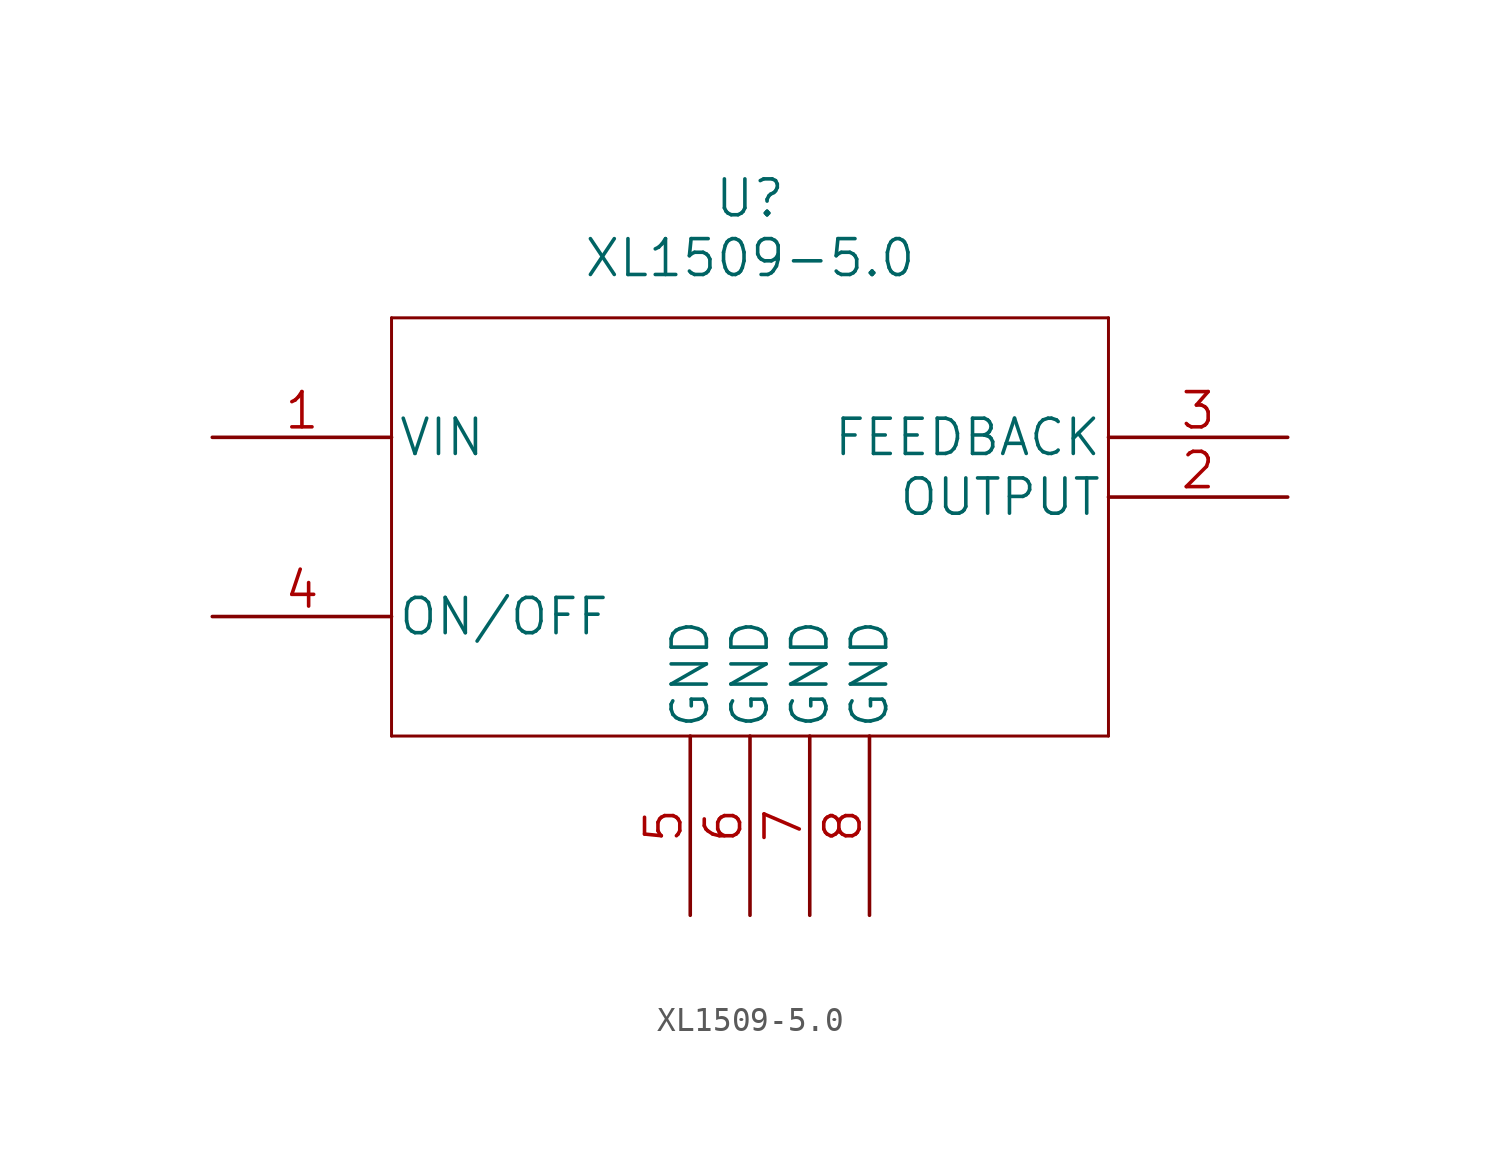
<source format=kicad_sym>
(kicad_symbol_lib
  (version 20211014)
  (generator kicad_symbol_editor)
  (symbol "XL1509-5.0"
    (pin_names
      (offset 0.254))
    (property "Reference" "U"
      (at 22.86 10.16 0)
      (effects (font (size 1.524 1.524))))
    (property "Value" "XL1509-5.0"
      (at 22.86 7.62 0)
      (effects (font (size 1.524 1.524))))
    (property "Datasheet" ""
      (at 0 0 0)
      (effects (font (size 1.524 1.524))))
    (property "ki_locked" ""
      (at 0 0 0)
      (effects (font (size 1.27 1.27))))
    (symbol "XL1509-5.0_1_1"
      (polyline (pts (xy 7.62 -12.7) (xy 38.1 -12.7)) (stroke (width 0.127) (type default) (color 0 0 0 0)) (fill (type none)))
      (polyline (pts (xy 7.62 5.08) (xy 7.62 -12.7)) (stroke (width 0.127) (type default) (color 0 0 0 0)) (fill (type none)))
      (polyline (pts (xy 38.1 -12.7) (xy 38.1 5.08)) (stroke (width 0.127) (type default) (color 0 0 0 0)) (fill (type none)))
      (polyline (pts (xy 38.1 5.08) (xy 7.62 5.08)) (stroke (width 0.127) (type default) (color 0 0 0 0)) (fill (type none)))
      (pin power_in line (at 0 0 0) (length 7.62) (name "VIN" (effects (font (size 1.499 1.499)))) (number "1" (effects (font (size 1.499 1.499)))))
      (pin output line (at 45.72 -2.54 180) (length 7.62) (name "OUTPUT" (effects (font (size 1.499 1.499)))) (number "2" (effects (font (size 1.499 1.499)))))
      (pin input line (at 45.72 0 180) (length 7.62) (name "FEEDBACK" (effects (font (size 1.499 1.499)))) (number "3" (effects (font (size 1.499 1.499)))))
      (pin input line (at 0 -7.62 0) (length 7.62) (name "ON/OFF" (effects (font (size 1.499 1.499)))) (number "4" (effects (font (size 1.499 1.499)))))
      (pin power_in line (at 20.32 -20.32 90) (length 7.62) (name "GND" (effects (font (size 1.499 1.499)))) (number "5" (effects (font (size 1.499 1.499)))))
      (pin power_in line (at 22.86 -20.32 90) (length 7.62) (name "GND" (effects (font (size 1.499 1.499)))) (number "6" (effects (font (size 1.499 1.499)))))
      (pin power_in line (at 25.4 -20.32 90) (length 7.62) (name "GND" (effects (font (size 1.499 1.499)))) (number "7" (effects (font (size 1.499 1.499)))))
      (pin power_in line (at 27.94 -20.32 90) (length 7.62) (name "GND" (effects (font (size 1.499 1.499)))) (number "8" (effects (font (size 1.499 1.499))))))))
</source>
